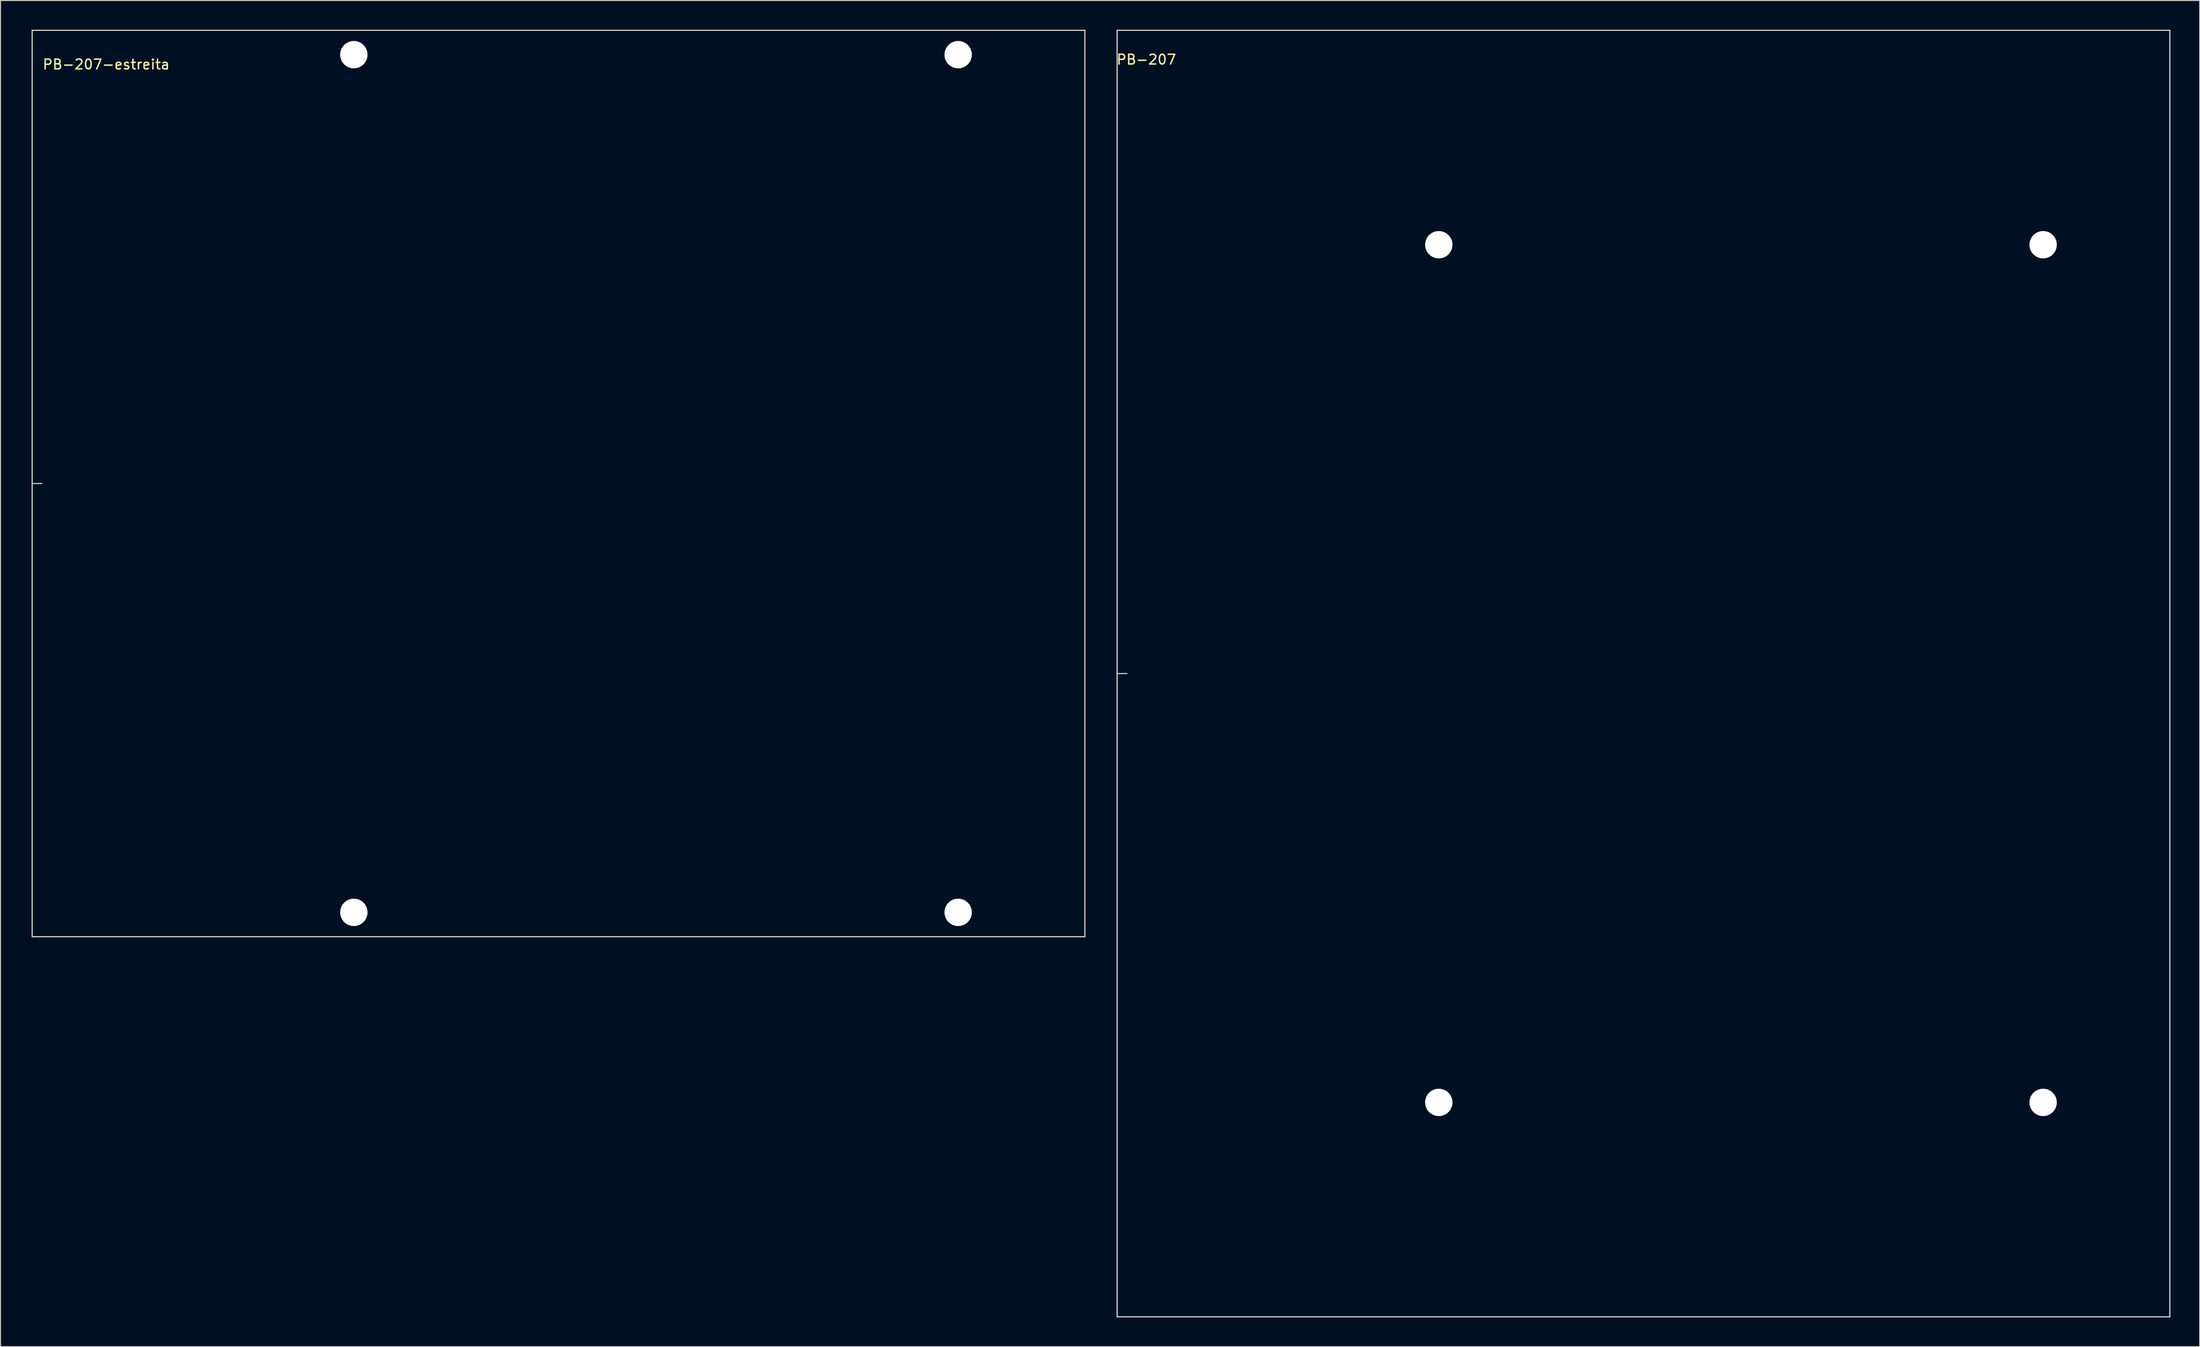
<source format=kicad_pcb>
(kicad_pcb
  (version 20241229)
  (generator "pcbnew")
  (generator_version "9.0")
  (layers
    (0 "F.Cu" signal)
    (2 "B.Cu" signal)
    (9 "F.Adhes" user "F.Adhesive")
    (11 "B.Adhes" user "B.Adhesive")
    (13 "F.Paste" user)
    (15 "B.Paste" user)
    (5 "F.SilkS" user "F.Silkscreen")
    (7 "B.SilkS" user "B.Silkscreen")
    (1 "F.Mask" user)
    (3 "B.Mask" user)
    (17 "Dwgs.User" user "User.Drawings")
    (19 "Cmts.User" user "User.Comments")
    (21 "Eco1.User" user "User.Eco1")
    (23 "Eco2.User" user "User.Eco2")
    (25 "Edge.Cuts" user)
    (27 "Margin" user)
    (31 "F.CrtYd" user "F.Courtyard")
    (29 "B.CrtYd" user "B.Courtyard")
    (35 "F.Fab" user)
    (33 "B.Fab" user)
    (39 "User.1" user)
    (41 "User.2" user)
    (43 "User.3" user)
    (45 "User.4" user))
  (footprint "PB-207"
    (layer "F.Cu")
    (at 111.56 66.06)
    (property "Reference" "PB-207" (at 3 -63 0) (layer "F.SilkS") (effects (font (size 1 1) (thickness 0.15))))
    (attr through_hole)
    (fp_line (start 0 0) (end 1 0) (stroke (width 0.12) (type solid)) (layer "Dwgs.User"))
    (fp_line (start 0 -66) (end 0 0) (stroke (width 0.12) (type solid)) (layer "Edge.Cuts"))
    (fp_line (start 0 0) (end 0 66) (stroke (width 0.12) (type solid)) (layer "Edge.Cuts"))
    (fp_line (start 0 66) (end 108 66) (stroke (width 0.12) (type solid)) (layer "Edge.Cuts"))
    (fp_line (start 108 -66) (end 0 -66) (stroke (width 0.12) (type solid)) (layer "Edge.Cuts"))
    (fp_line (start 108 66) (end 108 -66) (stroke (width 0.12) (type solid)) (layer "Edge.Cuts"))
    (pad "1" thru_hole circle (at 33 44 90) (size 2.8 2.8) (drill 2.8) (layers "*.Cu" "*.Mask"))
    (pad "2" thru_hole circle (at 33 -44) (size 2.8 2.8) (drill 2.8) (layers "*.Cu" "*.Mask"))
    (pad "3" thru_hole circle (at 95 44) (size 2.8 2.8) (drill 2.8) (layers "*.Cu" "*.Mask"))
    (pad "4" thru_hole circle (at 95 -44) (size 2.8 2.8) (drill 2.8) (layers "*.Cu" "*.Mask")))
  (footprint "PB-207-estreita"
    (layer "F.Cu")
    (at 0.25 46.56)
    (property "Reference" "PB-207-estreita" (at 1 -43 0) (layer "F.SilkS") (effects (font (size 1 1) (thickness 0.15)) (justify left)))
    (attr through_hole)
    (fp_line (start 0 0) (end 1 0) (stroke (width 0.12) (type solid)) (layer "Dwgs.User"))
    (fp_line (start 0 -46.5) (end 0 0) (stroke (width 0.12) (type solid)) (layer "Edge.Cuts"))
    (fp_line (start 0 0) (end 0 46.5) (stroke (width 0.12) (type solid)) (layer "Edge.Cuts"))
    (fp_line (start 0 46.5) (end 108 46.5) (stroke (width 0.12) (type solid)) (layer "Edge.Cuts"))
    (fp_line (start 108 -46.5) (end 0 -46.5) (stroke (width 0.12) (type solid)) (layer "Edge.Cuts"))
    (fp_line (start 108 46.5) (end 108 -46.5) (stroke (width 0.12) (type solid)) (layer "Edge.Cuts"))
    (pad "1" thru_hole circle (at 33 44 90) (size 2.8 2.8) (drill 2.8) (layers "*.Cu" "*.Mask"))
    (pad "2" thru_hole circle (at 33 -44) (size 2.8 2.8) (drill 2.8) (layers "*.Cu" "*.Mask"))
    (pad "3" thru_hole circle (at 95 44) (size 2.8 2.8) (drill 2.8) (layers "*.Cu" "*.Mask"))
    (pad "4" thru_hole circle (at 95 -44) (size 2.8 2.8) (drill 2.8) (layers "*.Cu" "*.Mask")))
  (gr_rect
    (start -3 -3)
    (end 222.62 135.12)
    (stroke (width 0.1) (type default))
    (fill no)
    (layer "Edge.Cuts")))
</source>
